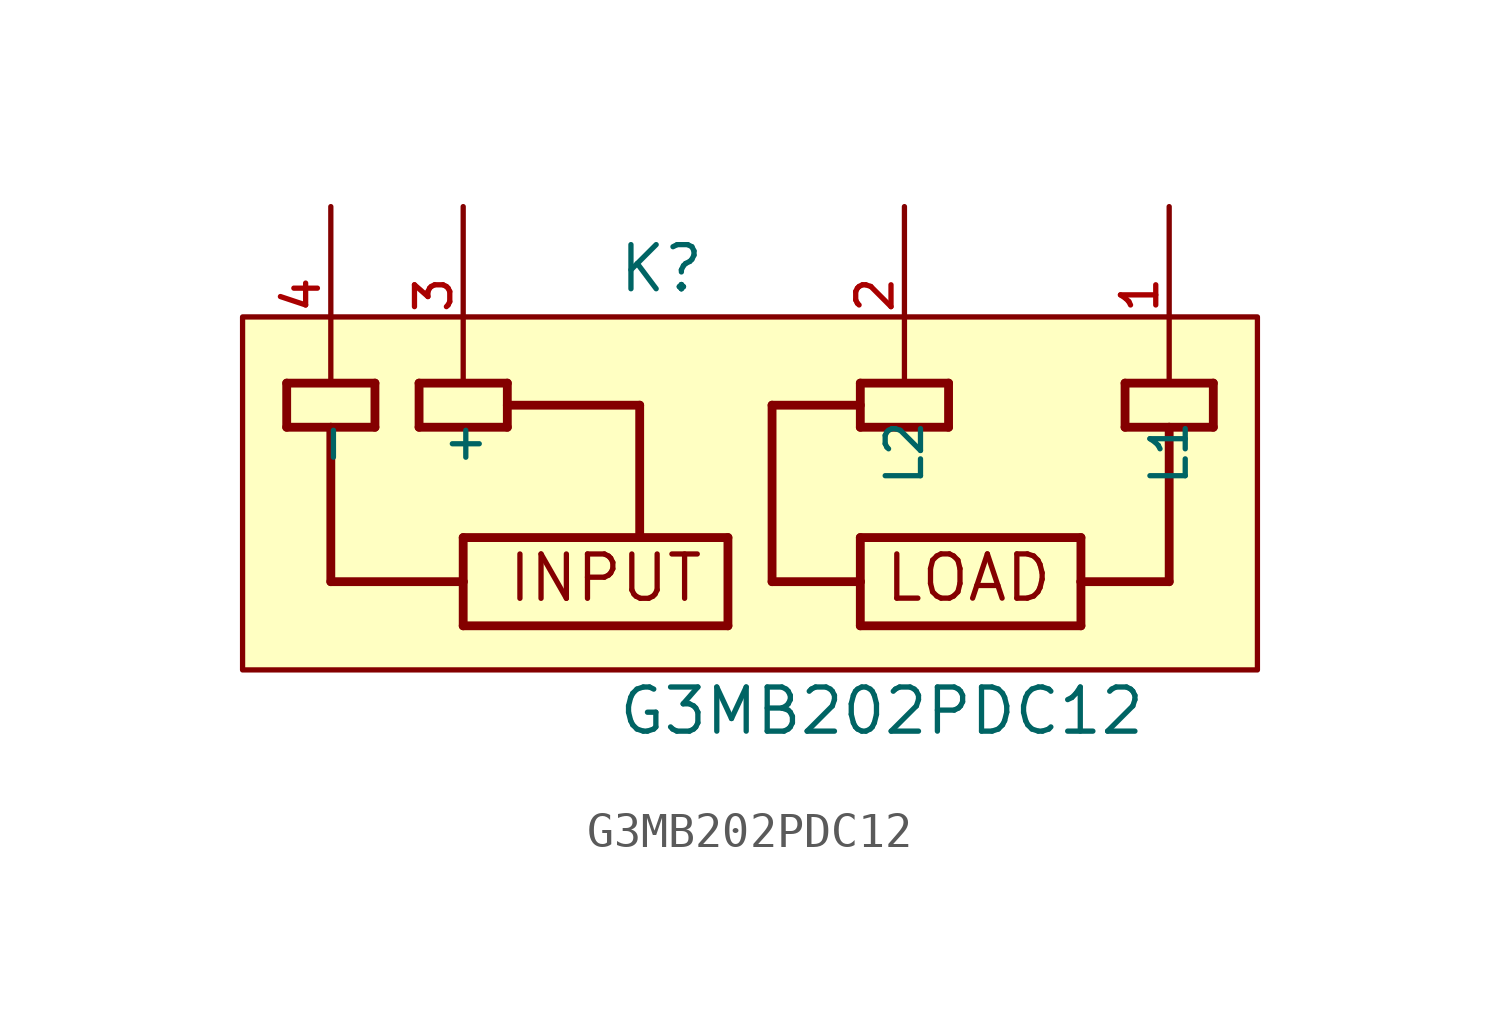
<source format=kicad_sym>
(kicad_symbol_lib
  (version 20231120)
  (generator "kicad_symbol_editor")
  (generator_version "8.0")
  (symbol "G3MB202PDC12"
    (pin_names
      (offset 1.016))
    (property "Reference" "K"
      (at -4.464 5.728 0)
      (effects (font (size 1.27 1.27)) (justify left bottom)))
    (property "Value" "G3MB202PDC12"
      (at -4.473 -7.005 0)
      (effects (font (size 1.27 1.27)) (justify left bottom)))
    (symbol "G3MB202PDC12_0_0"
      (rectangle (start -15.24 -5.08) (end 13.97 5.08) (stroke (width 0.152) (type default)) (fill (type background)))
      (polyline (pts (xy -13.97 1.905) (xy -13.97 3.175)) (stroke (width 0.254) (type default)) (fill (type none)))
      (polyline (pts (xy -13.97 3.175) (xy -11.43 3.175)) (stroke (width 0.254) (type default)) (fill (type none)))
      (polyline (pts (xy -12.7 1.905) (xy -13.97 1.905)) (stroke (width 0.254) (type default)) (fill (type none)))
      (polyline (pts (xy -12.7 1.905) (xy -12.7 -2.54)) (stroke (width 0.254) (type default)) (fill (type none)))
      (polyline (pts (xy -11.43 1.905) (xy -12.7 1.905)) (stroke (width 0.254) (type default)) (fill (type none)))
      (polyline (pts (xy -11.43 3.175) (xy -11.43 1.905)) (stroke (width 0.254) (type default)) (fill (type none)))
      (polyline (pts (xy -10.16 1.905) (xy -10.16 3.175)) (stroke (width 0.254) (type default)) (fill (type none)))
      (polyline (pts (xy -10.16 3.175) (xy -7.62 3.175)) (stroke (width 0.254) (type default)) (fill (type none)))
      (polyline (pts (xy -8.89 -3.81) (xy -8.89 -2.54)) (stroke (width 0.254) (type default)) (fill (type none)))
      (polyline (pts (xy -8.89 -2.54) (xy -12.7 -2.54)) (stroke (width 0.254) (type default)) (fill (type none)))
      (polyline (pts (xy -8.89 -2.54) (xy -8.89 -1.27)) (stroke (width 0.254) (type default)) (fill (type none)))
      (polyline (pts (xy -8.89 -1.27) (xy -3.81 -1.27)) (stroke (width 0.254) (type default)) (fill (type none)))
      (polyline (pts (xy -7.62 1.905) (xy -10.16 1.905)) (stroke (width 0.254) (type default)) (fill (type none)))
      (polyline (pts (xy -7.62 3.175) (xy -7.62 1.905)) (stroke (width 0.254) (type default)) (fill (type none)))
      (polyline (pts (xy -3.81 -1.27) (xy -3.81 2.54)) (stroke (width 0.254) (type default)) (fill (type none)))
      (polyline (pts (xy -3.81 -1.27) (xy -1.27 -1.27)) (stroke (width 0.254) (type default)) (fill (type none)))
      (polyline (pts (xy -3.81 2.54) (xy -7.62 2.54)) (stroke (width 0.254) (type default)) (fill (type none)))
      (polyline (pts (xy -1.27 -3.81) (xy -8.89 -3.81)) (stroke (width 0.254) (type default)) (fill (type none)))
      (polyline (pts (xy -1.27 -1.27) (xy -1.27 -3.81)) (stroke (width 0.254) (type default)) (fill (type none)))
      (polyline (pts (xy 0 -2.54) (xy 0 2.54)) (stroke (width 0.254) (type default)) (fill (type none)))
      (polyline (pts (xy 0 2.54) (xy 2.54 2.54)) (stroke (width 0.254) (type default)) (fill (type none)))
      (polyline (pts (xy 2.54 -3.81) (xy 8.89 -3.81)) (stroke (width 0.254) (type default)) (fill (type none)))
      (polyline (pts (xy 2.54 -2.54) (xy 0 -2.54)) (stroke (width 0.254) (type default)) (fill (type none)))
      (polyline (pts (xy 2.54 -2.54) (xy 2.54 -3.81)) (stroke (width 0.254) (type default)) (fill (type none)))
      (polyline (pts (xy 2.54 -1.27) (xy 2.54 -2.54)) (stroke (width 0.254) (type default)) (fill (type none)))
      (polyline (pts (xy 2.54 1.905) (xy 5.08 1.905)) (stroke (width 0.254) (type default)) (fill (type none)))
      (polyline (pts (xy 2.54 3.175) (xy 2.54 1.905)) (stroke (width 0.254) (type default)) (fill (type none)))
      (polyline (pts (xy 5.08 1.905) (xy 5.08 3.175)) (stroke (width 0.254) (type default)) (fill (type none)))
      (polyline (pts (xy 5.08 3.175) (xy 2.54 3.175)) (stroke (width 0.254) (type default)) (fill (type none)))
      (polyline (pts (xy 8.89 -3.81) (xy 8.89 -2.54)) (stroke (width 0.254) (type default)) (fill (type none)))
      (polyline (pts (xy 8.89 -2.54) (xy 8.89 -1.27)) (stroke (width 0.254) (type default)) (fill (type none)))
      (polyline (pts (xy 8.89 -2.54) (xy 11.43 -2.54)) (stroke (width 0.254) (type default)) (fill (type none)))
      (polyline (pts (xy 8.89 -1.27) (xy 2.54 -1.27)) (stroke (width 0.254) (type default)) (fill (type none)))
      (polyline (pts (xy 10.16 1.905) (xy 11.43 1.905)) (stroke (width 0.254) (type default)) (fill (type none)))
      (polyline (pts (xy 10.16 3.175) (xy 10.16 1.905)) (stroke (width 0.254) (type default)) (fill (type none)))
      (polyline (pts (xy 11.43 1.905) (xy 11.43 -2.54)) (stroke (width 0.254) (type default)) (fill (type none)))
      (polyline (pts (xy 11.43 1.905) (xy 12.7 1.905)) (stroke (width 0.254) (type default)) (fill (type none)))
      (polyline (pts (xy 12.7 1.905) (xy 12.7 3.175)) (stroke (width 0.254) (type default)) (fill (type none)))
      (polyline (pts (xy 12.7 3.175) (xy 10.16 3.175)) (stroke (width 0.254) (type default)) (fill (type none)))
      (text "INPUT" (at -7.661 -3.183 0) (effects (font (size 1.276 1.276)) (justify left bottom)))
      (text "LOAD" (at 3.187 -3.177 0) (effects (font (size 1.273 1.273)) (justify left bottom)))
      (pin power_in line (at 11.43 8.255 270) (length 5.08) (name "L1" (effects (font (size 1.016 1.016)))) (number "1" (effects (font (size 1.016 1.016)))))
      (pin power_in line (at 3.81 8.255 270) (length 5.08) (name "L2" (effects (font (size 1.016 1.016)))) (number "2" (effects (font (size 1.016 1.016)))))
      (pin power_in line (at -8.89 8.255 270) (length 5.08) (name "+" (effects (font (size 1.016 1.016)))) (number "3" (effects (font (size 1.016 1.016)))))
      (pin power_in line (at -12.7 8.255 270) (length 5.08) (name "-" (effects (font (size 1.016 1.016)))) (number "4" (effects (font (size 1.016 1.016))))))))
</source>
